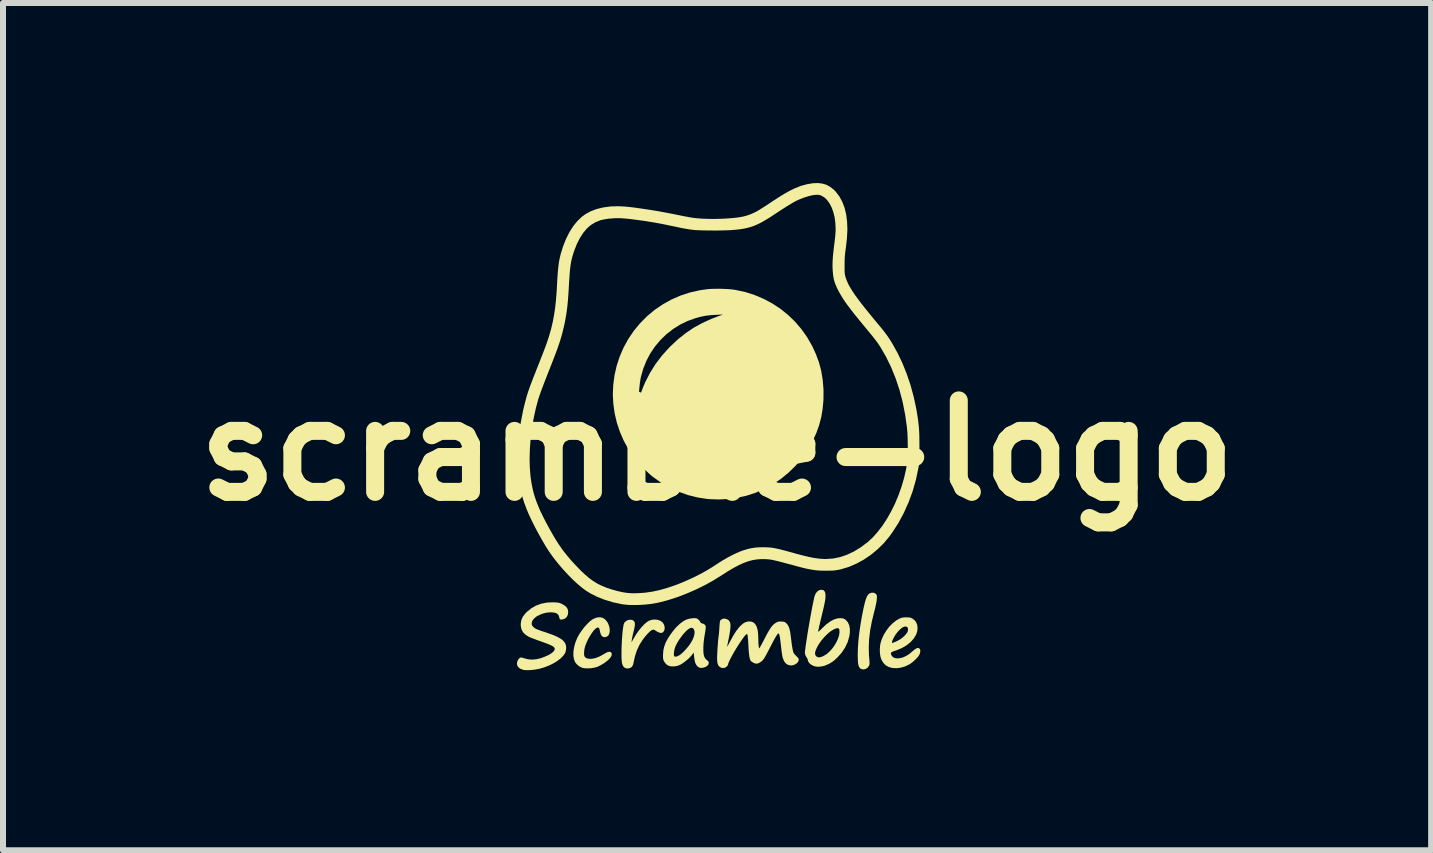
<source format=kicad_pcb>
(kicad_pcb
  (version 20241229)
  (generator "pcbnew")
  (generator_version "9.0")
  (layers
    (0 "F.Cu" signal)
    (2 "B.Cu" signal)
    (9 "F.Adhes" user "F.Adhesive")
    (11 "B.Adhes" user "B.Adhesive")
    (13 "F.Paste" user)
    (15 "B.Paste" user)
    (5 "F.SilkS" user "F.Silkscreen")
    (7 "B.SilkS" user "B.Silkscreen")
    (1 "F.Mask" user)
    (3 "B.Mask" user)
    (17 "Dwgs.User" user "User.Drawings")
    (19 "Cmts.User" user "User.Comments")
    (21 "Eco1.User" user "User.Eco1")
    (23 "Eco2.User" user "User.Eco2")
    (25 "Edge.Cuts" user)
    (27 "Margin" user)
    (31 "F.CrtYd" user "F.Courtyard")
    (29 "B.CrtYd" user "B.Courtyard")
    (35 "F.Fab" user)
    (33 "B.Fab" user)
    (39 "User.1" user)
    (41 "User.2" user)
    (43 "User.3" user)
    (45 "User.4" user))
  (footprint "scramble-logo"
    (layer "F.Cu")
    (at 8.897 4.456)
    (property "Reference" "scramble-logo" (at 0 0 0) (layer "F.SilkS") (effects (font (size 1.524 1.524) (thickness 0.3))))
    (attr board_only exclude_from_pos_files exclude_from_bom)
    (fp_poly (pts (xy 2.613 2.371) (xy 2.642 2.385) (xy 2.645 2.389) (xy 2.655 2.4) (xy 2.661 2.411) (xy 2.664 2.427) (xy 2.663 2.451) (xy 2.662 2.475) (xy 2.657 2.519) (xy 2.645 2.578) (xy 2.628 2.652) (xy 2.617 2.692) (xy 2.579 2.85) (xy 2.551 2.998) (xy 2.534 3.14) (xy 2.528 3.276) (xy 2.531 3.41) (xy 2.537 3.474) (xy 2.54 3.514) (xy 2.541 3.541) (xy 2.54 3.561) (xy 2.537 3.576) (xy 2.532 3.587) (xy 2.511 3.617) (xy 2.482 3.637) (xy 2.45 3.647) (xy 2.417 3.646) (xy 2.389 3.634) (xy 2.382 3.627) (xy 2.368 3.61) (xy 2.359 3.587) (xy 2.351 3.555) (xy 2.347 3.514) (xy 2.345 3.46) (xy 2.344 3.406) (xy 2.347 3.291) (xy 2.355 3.171) (xy 2.369 3.044) (xy 2.389 2.906) (xy 2.415 2.756) (xy 2.417 2.748) (xy 2.434 2.66) (xy 2.45 2.587) (xy 2.465 2.527) (xy 2.479 2.48) (xy 2.493 2.442) (xy 2.508 2.415) (xy 2.524 2.395) (xy 2.541 2.382) (xy 2.544 2.38) (xy 2.579 2.369)) (stroke (width 0) (type solid)) (fill yes) (layer "F.SilkS"))
    (fp_poly (pts (xy -0.989 2.821) (xy -0.945 2.837) (xy -0.91 2.861) (xy -0.907 2.865) (xy -0.884 2.9) (xy -0.873 2.94) (xy -0.874 2.98) (xy -0.884 3.007) (xy -0.903 3.031) (xy -0.93 3.04) (xy -0.962 3.035) (xy -1 3.017) (xy -1.007 3.012) (xy -1.031 2.997) (xy -1.051 2.987) (xy -1.061 2.984) (xy -1.085 2.991) (xy -1.115 3.012) (xy -1.151 3.047) (xy -1.193 3.094) (xy -1.235 3.148) (xy -1.291 3.235) (xy -1.337 3.333) (xy -1.37 3.437) (xy -1.38 3.485) (xy -1.388 3.52) (xy -1.395 3.553) (xy -1.402 3.576) (xy -1.404 3.581) (xy -1.423 3.608) (xy -1.451 3.625) (xy -1.484 3.632) (xy -1.517 3.629) (xy -1.546 3.615) (xy -1.552 3.61) (xy -1.572 3.58) (xy -1.583 3.545) (xy -1.588 3.512) (xy -1.591 3.468) (xy -1.592 3.415) (xy -1.592 3.355) (xy -1.591 3.29) (xy -1.588 3.223) (xy -1.585 3.156) (xy -1.58 3.091) (xy -1.575 3.03) (xy -1.569 2.976) (xy -1.562 2.93) (xy -1.555 2.896) (xy -1.547 2.875) (xy -1.546 2.872) (xy -1.515 2.841) (xy -1.482 2.824) (xy -1.448 2.82) (xy -1.419 2.822) (xy -1.399 2.831) (xy -1.389 2.839) (xy -1.376 2.855) (xy -1.37 2.875) (xy -1.369 2.903) (xy -1.373 2.939) (xy -1.383 2.987) (xy -1.391 3.018) (xy -1.401 3.059) (xy -1.41 3.1) (xy -1.417 3.134) (xy -1.42 3.152) (xy -1.425 3.196) (xy -1.392 3.137) (xy -1.349 3.064) (xy -1.302 2.998) (xy -1.255 2.94) (xy -1.208 2.891) (xy -1.163 2.854) (xy -1.133 2.836) (xy -1.087 2.82) (xy -1.038 2.816)) (stroke (width 0) (type solid)) (fill yes) (layer "F.SilkS"))
    (fp_poly (pts (xy -1.903 2.789) (xy -1.864 2.815) (xy -1.83 2.856) (xy -1.816 2.881) (xy -1.798 2.926) (xy -1.789 2.972) (xy -1.788 3.015) (xy -1.796 3.053) (xy -1.811 3.083) (xy -1.827 3.096) (xy -1.861 3.11) (xy -1.892 3.108) (xy -1.914 3.096) (xy -1.928 3.081) (xy -1.939 3.056) (xy -1.95 3.019) (xy -1.956 2.987) (xy -1.965 2.96) (xy -1.978 2.949) (xy -1.999 2.952) (xy -2.007 2.956) (xy -2.031 2.974) (xy -2.059 3.004) (xy -2.088 3.044) (xy -2.118 3.091) (xy -2.147 3.142) (xy -2.172 3.195) (xy -2.192 3.245) (xy -2.199 3.267) (xy -2.209 3.306) (xy -2.214 3.348) (xy -2.216 3.386) (xy -2.213 3.417) (xy -2.208 3.432) (xy -2.187 3.454) (xy -2.156 3.467) (xy -2.116 3.472) (xy -2.07 3.468) (xy -2.019 3.456) (xy -1.967 3.436) (xy -1.915 3.409) (xy -1.901 3.401) (xy -1.857 3.375) (xy -1.823 3.359) (xy -1.795 3.354) (xy -1.78 3.355) (xy -1.762 3.367) (xy -1.754 3.388) (xy -1.757 3.416) (xy -1.76 3.424) (xy -1.777 3.452) (xy -1.807 3.484) (xy -1.846 3.517) (xy -1.89 3.549) (xy -1.938 3.577) (xy -1.986 3.601) (xy -1.998 3.606) (xy -2.042 3.618) (xy -2.094 3.627) (xy -2.148 3.63) (xy -2.198 3.629) (xy -2.24 3.622) (xy -2.248 3.62) (xy -2.288 3.601) (xy -2.325 3.573) (xy -2.356 3.539) (xy -2.368 3.519) (xy -2.386 3.469) (xy -2.394 3.409) (xy -2.392 3.342) (xy -2.38 3.271) (xy -2.36 3.198) (xy -2.33 3.125) (xy -2.324 3.111) (xy -2.292 3.055) (xy -2.253 2.998) (xy -2.211 2.943) (xy -2.166 2.893) (xy -2.123 2.85) (xy -2.081 2.818) (xy -2.053 2.802) (xy -1.998 2.782) (xy -1.948 2.778)) (stroke (width 0) (type solid)) (fill yes) (layer "F.SilkS"))
    (fp_poly (pts (xy 3.187 2.781) (xy 3.212 2.783) (xy 3.232 2.789) (xy 3.252 2.799) (xy 3.258 2.802) (xy 3.297 2.834) (xy 3.318 2.862) (xy 3.335 2.906) (xy 3.341 2.957) (xy 3.336 3.01) (xy 3.32 3.061) (xy 3.319 3.064) (xy 3.279 3.131) (xy 3.225 3.192) (xy 3.158 3.246) (xy 3.079 3.292) (xy 2.99 3.329) (xy 2.968 3.336) (xy 2.931 3.349) (xy 2.908 3.361) (xy 2.897 3.374) (xy 2.898 3.391) (xy 2.907 3.414) (xy 2.908 3.415) (xy 2.928 3.441) (xy 2.956 3.457) (xy 2.996 3.463) (xy 3.024 3.463) (xy 3.084 3.452) (xy 3.146 3.426) (xy 3.209 3.386) (xy 3.253 3.348) (xy 3.291 3.317) (xy 3.32 3.298) (xy 3.344 3.29) (xy 3.364 3.294) (xy 3.372 3.299) (xy 3.384 3.317) (xy 3.387 3.344) (xy 3.381 3.377) (xy 3.37 3.404) (xy 3.351 3.433) (xy 3.321 3.467) (xy 3.285 3.502) (xy 3.247 3.534) (xy 3.209 3.561) (xy 3.206 3.562) (xy 3.14 3.595) (xy 3.068 3.617) (xy 2.995 3.627) (xy 2.925 3.624) (xy 2.924 3.624) (xy 2.863 3.608) (xy 2.812 3.58) (xy 2.771 3.539) (xy 2.74 3.486) (xy 2.723 3.437) (xy 2.714 3.378) (xy 2.712 3.314) (xy 2.717 3.25) (xy 2.723 3.214) (xy 2.728 3.197) (xy 2.913 3.197) (xy 2.917 3.204) (xy 2.93 3.204) (xy 2.953 3.195) (xy 2.989 3.18) (xy 3.007 3.171) (xy 3.046 3.15) (xy 3.085 3.122) (xy 3.121 3.09) (xy 3.15 3.058) (xy 3.171 3.028) (xy 3.18 3.006) (xy 3.182 2.971) (xy 3.173 2.946) (xy 3.154 2.934) (xy 3.126 2.933) (xy 3.114 2.937) (xy 3.082 2.953) (xy 3.048 2.982) (xy 3.012 3.019) (xy 2.978 3.063) (xy 2.949 3.109) (xy 2.926 3.156) (xy 2.925 3.158) (xy 2.917 3.182) (xy 2.913 3.197) (xy 2.728 3.197) (xy 2.746 3.141) (xy 2.779 3.068) (xy 2.822 2.998) (xy 2.872 2.933) (xy 2.928 2.877) (xy 2.986 2.831) (xy 3.031 2.805) (xy 3.061 2.792) (xy 3.086 2.785) (xy 3.113 2.781) (xy 3.15 2.78) (xy 3.152 2.78)) (stroke (width 0) (type solid)) (fill yes) (layer "F.SilkS"))
    (fp_poly (pts (xy -0.352 2.795) (xy -0.335 2.8) (xy -0.322 2.807) (xy -0.3 2.826) (xy -0.283 2.85) (xy -0.282 2.852) (xy -0.27 2.871) (xy -0.256 2.88) (xy -0.255 2.88) (xy -0.226 2.887) (xy -0.202 2.904) (xy -0.192 2.92) (xy -0.189 2.932) (xy -0.188 2.948) (xy -0.19 2.972) (xy -0.195 3.006) (xy -0.202 3.052) (xy -0.205 3.065) (xy -0.217 3.144) (xy -0.225 3.218) (xy -0.228 3.287) (xy -0.228 3.348) (xy -0.223 3.398) (xy -0.213 3.435) (xy -0.211 3.441) (xy -0.191 3.473) (xy -0.169 3.492) (xy -0.146 3.511) (xy -0.137 3.536) (xy -0.143 3.564) (xy -0.145 3.567) (xy -0.165 3.59) (xy -0.196 3.608) (xy -0.231 3.619) (xy -0.266 3.623) (xy -0.296 3.617) (xy -0.3 3.615) (xy -0.328 3.595) (xy -0.349 3.568) (xy -0.365 3.532) (xy -0.375 3.486) (xy -0.382 3.434) (xy -0.388 3.367) (xy -0.42 3.409) (xy -0.455 3.448) (xy -0.499 3.489) (xy -0.547 3.527) (xy -0.593 3.558) (xy -0.614 3.57) (xy -0.655 3.587) (xy -0.695 3.595) (xy -0.722 3.598) (xy -0.774 3.596) (xy -0.816 3.583) (xy -0.85 3.558) (xy -0.876 3.524) (xy -0.887 3.505) (xy -0.894 3.489) (xy -0.898 3.47) (xy -0.9 3.444) (xy -0.9 3.408) (xy -0.9 3.405) (xy -0.898 3.376) (xy -0.719 3.376) (xy -0.719 3.406) (xy -0.714 3.426) (xy -0.712 3.428) (xy -0.696 3.436) (xy -0.671 3.432) (xy -0.636 3.416) (xy -0.628 3.412) (xy -0.602 3.393) (xy -0.57 3.365) (xy -0.536 3.33) (xy -0.501 3.291) (xy -0.469 3.252) (xy -0.444 3.216) (xy -0.411 3.16) (xy -0.388 3.107) (xy -0.376 3.058) (xy -0.374 3.017) (xy -0.383 2.985) (xy -0.393 2.971) (xy -0.408 2.957) (xy -0.424 2.953) (xy -0.444 2.958) (xy -0.463 2.967) (xy -0.492 2.987) (xy -0.526 3.019) (xy -0.562 3.059) (xy -0.598 3.106) (xy -0.633 3.155) (xy -0.663 3.204) (xy -0.687 3.251) (xy -0.693 3.265) (xy -0.706 3.302) (xy -0.714 3.34) (xy -0.719 3.376) (xy -0.898 3.376) (xy -0.895 3.334) (xy -0.881 3.269) (xy -0.857 3.203) (xy -0.843 3.175) (xy -0.817 3.129) (xy -0.783 3.076) (xy -0.745 3.023) (xy -0.706 2.974) (xy -0.674 2.939) (xy -0.618 2.886) (xy -0.565 2.846) (xy -0.513 2.818) (xy -0.46 2.802) (xy -0.408 2.795) (xy -0.375 2.793)) (stroke (width 0) (type solid)) (fill yes) (layer "F.SilkS"))
    (fp_poly (pts (xy 1.778 2.33) (xy 1.795 2.352) (xy 1.797 2.356) (xy 1.804 2.379) (xy 1.807 2.407) (xy 1.807 2.441) (xy 1.803 2.483) (xy 1.794 2.534) (xy 1.781 2.596) (xy 1.764 2.671) (xy 1.752 2.72) (xy 1.74 2.77) (xy 1.727 2.822) (xy 1.716 2.87) (xy 1.707 2.91) (xy 1.704 2.92) (xy 1.697 2.955) (xy 1.69 2.986) (xy 1.685 3.008) (xy 1.684 3.015) (xy 1.685 3.019) (xy 1.696 3.013) (xy 1.715 2.997) (xy 1.744 2.969) (xy 1.75 2.963) (xy 1.818 2.899) (xy 1.883 2.85) (xy 1.944 2.817) (xy 2.002 2.798) (xy 2.058 2.793) (xy 2.061 2.794) (xy 2.093 2.797) (xy 2.116 2.804) (xy 2.137 2.817) (xy 2.142 2.821) (xy 2.178 2.86) (xy 2.202 2.91) (xy 2.213 2.969) (xy 2.213 3.037) (xy 2.204 3.096) (xy 2.177 3.191) (xy 2.135 3.281) (xy 2.078 3.367) (xy 2.006 3.448) (xy 1.956 3.494) (xy 1.921 3.521) (xy 1.879 3.547) (xy 1.834 3.569) (xy 1.792 3.586) (xy 1.757 3.595) (xy 1.754 3.596) (xy 1.727 3.599) (xy 1.703 3.602) (xy 1.696 3.603) (xy 1.675 3.603) (xy 1.649 3.6) (xy 1.641 3.599) (xy 1.6 3.586) (xy 1.563 3.565) (xy 1.534 3.539) (xy 1.516 3.509) (xy 1.512 3.487) (xy 1.508 3.474) (xy 1.497 3.454) (xy 1.488 3.441) (xy 1.469 3.403) (xy 1.464 3.375) (xy 1.464 3.368) (xy 1.633 3.368) (xy 1.634 3.397) (xy 1.645 3.421) (xy 1.652 3.428) (xy 1.675 3.443) (xy 1.703 3.447) (xy 1.738 3.439) (xy 1.772 3.425) (xy 1.821 3.396) (xy 1.869 3.355) (xy 1.914 3.307) (xy 1.954 3.253) (xy 1.988 3.195) (xy 2.015 3.137) (xy 2.033 3.08) (xy 2.041 3.027) (xy 2.037 2.981) (xy 2.037 2.981) (xy 2.027 2.965) (xy 2.008 2.96) (xy 1.979 2.966) (xy 1.939 2.984) (xy 1.89 3.014) (xy 1.838 3.057) (xy 1.787 3.109) (xy 1.738 3.166) (xy 1.695 3.228) (xy 1.664 3.283) (xy 1.643 3.33) (xy 1.633 3.368) (xy 1.464 3.368) (xy 1.465 3.35) (xy 1.47 3.311) (xy 1.476 3.26) (xy 1.485 3.199) (xy 1.496 3.131) (xy 1.507 3.056) (xy 1.52 2.978) (xy 1.534 2.897) (xy 1.548 2.816) (xy 1.562 2.738) (xy 1.576 2.663) (xy 1.589 2.593) (xy 1.602 2.531) (xy 1.613 2.479) (xy 1.622 2.439) (xy 1.628 2.418) (xy 1.646 2.378) (xy 1.672 2.347) (xy 1.703 2.327) (xy 1.716 2.323) (xy 1.752 2.321)) (stroke (width 0) (type solid)) (fill yes) (layer "F.SilkS"))
    (fp_poly (pts (xy -2.719 2.53) (xy -2.678 2.532) (xy -2.649 2.535) (xy -2.625 2.54) (xy -2.602 2.549) (xy -2.58 2.559) (xy -2.534 2.587) (xy -2.502 2.618) (xy -2.485 2.654) (xy -2.48 2.691) (xy -2.486 2.737) (xy -2.504 2.774) (xy -2.533 2.8) (xy -2.57 2.814) (xy -2.593 2.816) (xy -2.612 2.815) (xy -2.621 2.808) (xy -2.626 2.79) (xy -2.627 2.786) (xy -2.637 2.751) (xy -2.656 2.725) (xy -2.685 2.708) (xy -2.726 2.699) (xy -2.776 2.696) (xy -2.85 2.703) (xy -2.923 2.724) (xy -2.99 2.756) (xy -3.008 2.766) (xy -3.049 2.8) (xy -3.076 2.834) (xy -3.087 2.87) (xy -3.088 2.882) (xy -3.086 2.904) (xy -3.077 2.922) (xy -3.059 2.942) (xy -3.057 2.944) (xy -3.044 2.955) (xy -3.029 2.965) (xy -3.009 2.975) (xy -2.981 2.987) (xy -2.944 3) (xy -2.896 3.017) (xy -2.875 3.023) (xy -2.789 3.053) (xy -2.717 3.08) (xy -2.659 3.106) (xy -2.612 3.132) (xy -2.576 3.157) (xy -2.55 3.184) (xy -2.531 3.211) (xy -2.523 3.228) (xy -2.514 3.27) (xy -2.515 3.317) (xy -2.526 3.361) (xy -2.532 3.376) (xy -2.563 3.421) (xy -2.607 3.465) (xy -2.663 3.508) (xy -2.729 3.548) (xy -2.801 3.583) (xy -2.879 3.613) (xy -2.96 3.637) (xy -2.976 3.64) (xy -3.032 3.65) (xy -3.089 3.657) (xy -3.144 3.66) (xy -3.191 3.66) (xy -3.228 3.655) (xy -3.233 3.653) (xy -3.28 3.635) (xy -3.312 3.61) (xy -3.33 3.579) (xy -3.333 3.541) (xy -3.332 3.531) (xy -3.323 3.503) (xy -3.308 3.477) (xy -3.288 3.457) (xy -3.269 3.448) (xy -3.266 3.448) (xy -3.25 3.451) (xy -3.226 3.458) (xy -3.203 3.465) (xy -3.146 3.479) (xy -3.08 3.484) (xy -3.011 3.478) (xy -2.943 3.462) (xy -2.936 3.46) (xy -2.873 3.437) (xy -2.817 3.412) (xy -2.771 3.386) (xy -2.736 3.36) (xy -2.713 3.335) (xy -2.704 3.312) (xy -2.704 3.31) (xy -2.706 3.295) (xy -2.713 3.282) (xy -2.727 3.268) (xy -2.749 3.255) (xy -2.78 3.239) (xy -2.822 3.222) (xy -2.876 3.202) (xy -2.945 3.177) (xy -2.948 3.176) (xy -2.997 3.159) (xy -3.044 3.141) (xy -3.086 3.125) (xy -3.119 3.112) (xy -3.138 3.103) (xy -3.193 3.068) (xy -3.233 3.027) (xy -3.259 2.978) (xy -3.27 2.922) (xy -3.27 2.881) (xy -3.26 2.824) (xy -3.237 2.772) (xy -3.199 2.721) (xy -3.172 2.692) (xy -3.097 2.631) (xy -3.016 2.584) (xy -2.927 2.552) (xy -2.83 2.533) (xy -2.727 2.529)) (stroke (width 0) (type solid)) (fill yes) (layer "F.SilkS"))
    (fp_poly (pts (xy 0.101 -2.693) (xy 0.172 -2.69) (xy 0.237 -2.685) (xy 0.292 -2.678) (xy 0.304 -2.676) (xy 0.467 -2.641) (xy 0.625 -2.591) (xy 0.776 -2.527) (xy 0.92 -2.45) (xy 1.056 -2.361) (xy 1.183 -2.259) (xy 1.3 -2.146) (xy 1.406 -2.022) (xy 1.501 -1.888) (xy 1.583 -1.744) (xy 1.584 -1.744) (xy 1.648 -1.604) (xy 1.699 -1.466) (xy 1.736 -1.326) (xy 1.76 -1.181) (xy 1.773 -1.027) (xy 1.774 -0.999) (xy 1.773 -0.843) (xy 1.76 -0.696) (xy 1.736 -0.554) (xy 1.699 -0.415) (xy 1.655 -0.293) (xy 1.587 -0.144) (xy 1.506 -0.002) (xy 1.413 0.131) (xy 1.308 0.255) (xy 1.192 0.368) (xy 1.067 0.471) (xy 0.933 0.561) (xy 0.791 0.639) (xy 0.643 0.704) (xy 0.488 0.754) (xy 0.463 0.76) (xy 0.321 0.79) (xy 0.174 0.809) (xy 0.026 0.816) (xy -0.119 0.811) (xy -0.164 0.807) (xy -0.326 0.782) (xy -0.486 0.742) (xy -0.642 0.686) (xy -0.792 0.616) (xy -0.937 0.533) (xy -1.073 0.436) (xy -1.076 0.434) (xy -1.117 0.399) (xy -1.164 0.355) (xy -1.215 0.306) (xy -1.266 0.253) (xy -1.313 0.201) (xy -1.355 0.153) (xy -1.381 0.12) (xy -1.475 -0.018) (xy -1.554 -0.162) (xy -1.619 -0.312) (xy -1.67 -0.465) (xy -1.706 -0.62) (xy -1.728 -0.778) (xy -1.736 -0.925) (xy -1.302 -0.925) (xy -1.301 -0.903) (xy -1.3 -0.897) (xy -1.295 -0.898) (xy -1.286 -0.913) (xy -1.274 -0.943) (xy -1.265 -0.968) (xy -1.248 -1.013) (xy -1.228 -1.064) (xy -1.207 -1.114) (xy -1.195 -1.141) (xy -1.117 -1.293) (xy -1.025 -1.44) (xy -0.918 -1.581) (xy -0.798 -1.714) (xy -0.776 -1.736) (xy -0.651 -1.853) (xy -0.523 -1.955) (xy -0.39 -2.045) (xy -0.248 -2.123) (xy -0.097 -2.192) (xy 0.012 -2.234) (xy 0.1 -2.265) (xy -0.012 -2.261) (xy -0.108 -2.255) (xy -0.195 -2.244) (xy -0.28 -2.227) (xy -0.35 -2.208) (xy -0.485 -2.16) (xy -0.612 -2.099) (xy -0.731 -2.025) (xy -0.842 -1.939) (xy -0.942 -1.842) (xy -1.032 -1.735) (xy -1.111 -1.619) (xy -1.177 -1.494) (xy -1.23 -1.362) (xy -1.269 -1.224) (xy -1.271 -1.214) (xy -1.277 -1.18) (xy -1.284 -1.139) (xy -1.289 -1.093) (xy -1.294 -1.045) (xy -1.298 -0.999) (xy -1.301 -0.958) (xy -1.302 -0.925) (xy -1.736 -0.925) (xy -1.736 -0.937) (xy -1.729 -1.096) (xy -1.708 -1.254) (xy -1.673 -1.409) (xy -1.623 -1.562) (xy -1.559 -1.711) (xy -1.481 -1.854) (xy -1.389 -1.991) (xy -1.283 -2.119) (xy -1.167 -2.237) (xy -1.041 -2.342) (xy -0.905 -2.434) (xy -0.762 -2.514) (xy -0.612 -2.58) (xy -0.455 -2.632) (xy -0.292 -2.669) (xy -0.161 -2.688) (xy -0.108 -2.692) (xy -0.044 -2.694) (xy 0.027 -2.695)) (stroke (width 0) (type solid)) (fill yes) (layer "F.SilkS"))
    (fp_poly (pts (xy 0.163 2.809) (xy 0.192 2.827) (xy 0.212 2.853) (xy 0.22 2.878) (xy 0.224 2.909) (xy 0.223 2.949) (xy 0.218 2.999) (xy 0.208 3.062) (xy 0.197 3.122) (xy 0.187 3.168) (xy 0.179 3.208) (xy 0.173 3.24) (xy 0.169 3.262) (xy 0.168 3.27) (xy 0.172 3.265) (xy 0.181 3.249) (xy 0.195 3.223) (xy 0.213 3.189) (xy 0.223 3.171) (xy 0.27 3.085) (xy 0.315 3.014) (xy 0.36 2.955) (xy 0.393 2.919) (xy 0.435 2.882) (xy 0.476 2.859) (xy 0.52 2.849) (xy 0.538 2.848) (xy 0.58 2.853) (xy 0.614 2.87) (xy 0.641 2.899) (xy 0.662 2.94) (xy 0.677 2.995) (xy 0.685 3.063) (xy 0.688 3.145) (xy 0.689 3.194) (xy 0.691 3.235) (xy 0.695 3.268) (xy 0.699 3.289) (xy 0.704 3.296) (xy 0.709 3.289) (xy 0.72 3.27) (xy 0.737 3.241) (xy 0.756 3.204) (xy 0.779 3.161) (xy 0.787 3.145) (xy 0.823 3.075) (xy 0.854 3.019) (xy 0.882 2.973) (xy 0.906 2.938) (xy 0.929 2.911) (xy 0.952 2.89) (xy 0.976 2.873) (xy 0.978 2.872) (xy 1.003 2.858) (xy 1.024 2.851) (xy 1.048 2.849) (xy 1.074 2.85) (xy 1.105 2.852) (xy 1.125 2.857) (xy 1.141 2.866) (xy 1.152 2.876) (xy 1.171 2.897) (xy 1.187 2.92) (xy 1.199 2.95) (xy 1.21 2.986) (xy 1.22 3.033) (xy 1.228 3.091) (xy 1.236 3.152) (xy 1.241 3.199) (xy 1.248 3.246) (xy 1.255 3.288) (xy 1.261 3.32) (xy 1.261 3.32) (xy 1.268 3.352) (xy 1.277 3.374) (xy 1.289 3.392) (xy 1.309 3.413) (xy 1.318 3.422) (xy 1.344 3.448) (xy 1.358 3.468) (xy 1.362 3.484) (xy 1.355 3.513) (xy 1.335 3.54) (xy 1.305 3.562) (xy 1.27 3.576) (xy 1.233 3.582) (xy 1.222 3.581) (xy 1.179 3.57) (xy 1.145 3.547) (xy 1.118 3.512) (xy 1.097 3.462) (xy 1.092 3.444) (xy 1.087 3.42) (xy 1.081 3.384) (xy 1.075 3.34) (xy 1.069 3.29) (xy 1.064 3.244) (xy 1.056 3.178) (xy 1.05 3.127) (xy 1.043 3.09) (xy 1.037 3.065) (xy 1.03 3.051) (xy 1.024 3.048) (xy 1.015 3.052) (xy 1.003 3.066) (xy 0.987 3.09) (xy 0.966 3.125) (xy 0.94 3.172) (xy 0.909 3.232) (xy 0.889 3.27) (xy 0.863 3.321) (xy 0.837 3.37) (xy 0.814 3.413) (xy 0.794 3.448) (xy 0.778 3.473) (xy 0.772 3.482) (xy 0.745 3.51) (xy 0.713 3.533) (xy 0.68 3.548) (xy 0.656 3.552) (xy 0.63 3.547) (xy 0.601 3.534) (xy 0.574 3.516) (xy 0.557 3.498) (xy 0.556 3.496) (xy 0.548 3.474) (xy 0.54 3.442) (xy 0.534 3.398) (xy 0.528 3.341) (xy 0.524 3.271) (xy 0.521 3.217) (xy 0.518 3.168) (xy 0.514 3.125) (xy 0.511 3.092) (xy 0.507 3.07) (xy 0.505 3.062) (xy 0.497 3.059) (xy 0.485 3.065) (xy 0.469 3.08) (xy 0.448 3.106) (xy 0.421 3.144) (xy 0.386 3.194) (xy 0.38 3.204) (xy 0.343 3.261) (xy 0.307 3.319) (xy 0.274 3.375) (xy 0.245 3.428) (xy 0.22 3.475) (xy 0.201 3.515) (xy 0.188 3.546) (xy 0.184 3.565) (xy 0.184 3.566) (xy 0.179 3.578) (xy 0.165 3.595) (xy 0.161 3.601) (xy 0.131 3.62) (xy 0.097 3.625) (xy 0.063 3.617) (xy 0.04 3.602) (xy 0.026 3.587) (xy 0.015 3.568) (xy 0.008 3.544) (xy 0.003 3.513) (xy 0.001 3.472) (xy 0.002 3.421) (xy 0.005 3.356) (xy 0.006 3.326) (xy 0.01 3.273) (xy 0.014 3.221) (xy 0.017 3.175) (xy 0.021 3.138) (xy 0.024 3.113) (xy 0.024 3.112) (xy 0.028 3.084) (xy 0.032 3.045) (xy 0.036 3) (xy 0.039 2.954) (xy 0.039 2.949) (xy 0.042 2.904) (xy 0.045 2.873) (xy 0.048 2.852) (xy 0.052 2.838) (xy 0.057 2.828) (xy 0.065 2.82) (xy 0.067 2.819) (xy 0.096 2.803) (xy 0.129 2.801)) (stroke (width 0) (type solid)) (fill yes) (layer "F.SilkS"))
    (fp_poly (pts (xy 1.756 -4.447) (xy 1.825 -4.426) (xy 1.888 -4.391) (xy 1.947 -4.344) (xy 1.976 -4.314) (xy 2.037 -4.235) (xy 2.086 -4.145) (xy 2.125 -4.044) (xy 2.152 -3.932) (xy 2.167 -3.809) (xy 2.172 -3.676) (xy 2.164 -3.533) (xy 2.148 -3.392) (xy 2.139 -3.326) (xy 2.132 -3.27) (xy 2.128 -3.218) (xy 2.126 -3.165) (xy 2.125 -3.105) (xy 2.125 -3.088) (xy 2.125 -3.033) (xy 2.125 -2.992) (xy 2.127 -2.96) (xy 2.13 -2.934) (xy 2.134 -2.913) (xy 2.14 -2.891) (xy 2.142 -2.884) (xy 2.157 -2.842) (xy 2.175 -2.799) (xy 2.197 -2.753) (xy 2.225 -2.705) (xy 2.258 -2.652) (xy 2.297 -2.593) (xy 2.344 -2.529) (xy 2.398 -2.457) (xy 2.461 -2.377) (xy 2.533 -2.288) (xy 2.614 -2.189) (xy 2.668 -2.124) (xy 2.718 -2.064) (xy 2.759 -2.014) (xy 2.793 -1.971) (xy 2.822 -1.931) (xy 2.849 -1.894) (xy 2.875 -1.855) (xy 2.902 -1.812) (xy 2.916 -1.789) (xy 3.005 -1.63) (xy 3.087 -1.46) (xy 3.159 -1.28) (xy 3.223 -1.092) (xy 3.276 -0.898) (xy 3.318 -0.702) (xy 3.328 -0.647) (xy 3.34 -0.572) (xy 3.35 -0.506) (xy 3.357 -0.445) (xy 3.363 -0.387) (xy 3.367 -0.328) (xy 3.37 -0.265) (xy 3.371 -0.193) (xy 3.372 -0.111) (xy 3.372 -0.06) (xy 3.372 0.014) (xy 3.371 0.074) (xy 3.37 0.123) (xy 3.369 0.163) (xy 3.367 0.197) (xy 3.364 0.227) (xy 3.36 0.256) (xy 3.356 0.286) (xy 3.353 0.3) (xy 3.313 0.491) (xy 3.259 0.679) (xy 3.192 0.862) (xy 3.113 1.038) (xy 3.023 1.206) (xy 2.922 1.363) (xy 2.87 1.435) (xy 2.778 1.545) (xy 2.675 1.646) (xy 2.565 1.737) (xy 2.447 1.817) (xy 2.325 1.884) (xy 2.2 1.938) (xy 2.073 1.977) (xy 2.038 1.985) (xy 2.001 1.992) (xy 1.965 1.997) (xy 1.926 2.001) (xy 1.88 2.002) (xy 1.823 2.003) (xy 1.816 2.003) (xy 1.747 2.002) (xy 1.683 1.999) (xy 1.621 1.992) (xy 1.556 1.982) (xy 1.487 1.968) (xy 1.409 1.949) (xy 1.326 1.927) (xy 1.234 1.902) (xy 1.157 1.882) (xy 1.092 1.864) (xy 1.037 1.85) (xy 0.992 1.839) (xy 0.954 1.83) (xy 0.922 1.823) (xy 0.894 1.818) (xy 0.87 1.815) (xy 0.846 1.813) (xy 0.823 1.811) (xy 0.8 1.81) (xy 0.727 1.81) (xy 0.655 1.816) (xy 0.585 1.828) (xy 0.513 1.848) (xy 0.438 1.876) (xy 0.359 1.912) (xy 0.273 1.958) (xy 0.18 2.013) (xy 0.077 2.079) (xy 0.066 2.086) (xy -0.063 2.166) (xy -0.202 2.243) (xy -0.347 2.314) (xy -0.495 2.379) (xy -0.644 2.437) (xy -0.79 2.485) (xy -0.931 2.524) (xy -1.004 2.54) (xy -1.096 2.556) (xy -1.193 2.567) (xy -1.291 2.573) (xy -1.388 2.575) (xy -1.478 2.573) (xy -1.558 2.565) (xy -1.588 2.56) (xy -1.733 2.529) (xy -1.87 2.488) (xy -1.997 2.438) (xy -2.112 2.38) (xy -2.181 2.337) (xy -2.249 2.287) (xy -2.323 2.225) (xy -2.401 2.153) (xy -2.48 2.073) (xy -2.559 1.988) (xy -2.635 1.9) (xy -2.707 1.81) (xy -2.773 1.721) (xy -2.811 1.665) (xy -2.857 1.592) (xy -2.906 1.508) (xy -2.957 1.418) (xy -3.008 1.325) (xy -3.056 1.231) (xy -3.101 1.14) (xy -3.14 1.056) (xy -3.171 0.981) (xy -3.172 0.98) (xy -3.212 0.872) (xy -3.245 0.769) (xy -3.271 0.665) (xy -3.291 0.559) (xy -3.305 0.447) (xy -3.314 0.326) (xy -3.318 0.214) (xy -3.317 0.126) (xy -3.123 0.126) (xy -3.12 0.281) (xy -3.108 0.427) (xy -3.096 0.516) (xy -3.081 0.598) (xy -3.064 0.677) (xy -3.042 0.755) (xy -3.016 0.833) (xy -2.985 0.913) (xy -2.949 0.998) (xy -2.905 1.089) (xy -2.855 1.188) (xy -2.796 1.297) (xy -2.754 1.372) (xy -2.692 1.478) (xy -2.631 1.573) (xy -2.569 1.662) (xy -2.501 1.748) (xy -2.427 1.835) (xy -2.356 1.912) (xy -2.276 1.995) (xy -2.202 2.065) (xy -2.132 2.125) (xy -2.063 2.175) (xy -1.994 2.218) (xy -1.921 2.254) (xy -1.843 2.286) (xy -1.758 2.314) (xy -1.724 2.324) (xy -1.646 2.345) (xy -1.578 2.36) (xy -1.514 2.371) (xy -1.452 2.377) (xy -1.387 2.379) (xy -1.316 2.377) (xy -1.235 2.372) (xy -1.19 2.368) (xy -1.074 2.351) (xy -0.949 2.324) (xy -0.815 2.285) (xy -0.675 2.237) (xy -0.53 2.178) (xy -0.396 2.117) (xy -0.316 2.077) (xy -0.241 2.038) (xy -0.168 1.996) (xy -0.091 1.95) (xy -0.008 1.896) (xy 0.016 1.88) (xy 0.093 1.832) (xy 0.172 1.786) (xy 0.251 1.744) (xy 0.326 1.708) (xy 0.394 1.679) (xy 0.436 1.664) (xy 0.506 1.643) (xy 0.567 1.629) (xy 0.626 1.619) (xy 0.687 1.614) (xy 0.758 1.612) (xy 0.768 1.612) (xy 0.816 1.613) (xy 0.861 1.615) (xy 0.903 1.618) (xy 0.946 1.625) (xy 0.993 1.634) (xy 1.046 1.646) (xy 1.109 1.662) (xy 1.183 1.682) (xy 1.206 1.689) (xy 1.311 1.718) (xy 1.402 1.742) (xy 1.483 1.762) (xy 1.553 1.778) (xy 1.615 1.79) (xy 1.672 1.798) (xy 1.723 1.804) (xy 1.773 1.807) (xy 1.814 1.808) (xy 1.931 1.8) (xy 2.047 1.777) (xy 2.163 1.738) (xy 2.278 1.684) (xy 2.393 1.614) (xy 2.508 1.528) (xy 2.509 1.527) (xy 2.594 1.449) (xy 2.676 1.357) (xy 2.756 1.253) (xy 2.831 1.138) (xy 2.901 1.014) (xy 2.966 0.883) (xy 3.023 0.746) (xy 3.073 0.605) (xy 3.115 0.463) (xy 3.148 0.32) (xy 3.165 0.212) (xy 3.171 0.161) (xy 3.175 0.096) (xy 3.177 0.023) (xy 3.178 -0.056) (xy 3.177 -0.137) (xy 3.175 -0.217) (xy 3.172 -0.292) (xy 3.166 -0.359) (xy 3.165 -0.376) (xy 3.135 -0.592) (xy 3.094 -0.802) (xy 3.041 -1.005) (xy 2.976 -1.201) (xy 2.901 -1.387) (xy 2.815 -1.563) (xy 2.719 -1.728) (xy 2.714 -1.736) (xy 2.698 -1.76) (xy 2.683 -1.782) (xy 2.667 -1.805) (xy 2.649 -1.829) (xy 2.627 -1.857) (xy 2.602 -1.89) (xy 2.57 -1.929) (xy 2.532 -1.975) (xy 2.486 -2.031) (xy 2.432 -2.096) (xy 2.354 -2.191) (xy 2.286 -2.275) (xy 2.227 -2.351) (xy 2.176 -2.419) (xy 2.131 -2.481) (xy 2.093 -2.539) (xy 2.06 -2.594) (xy 2.03 -2.646) (xy 2.003 -2.699) (xy 1.999 -2.707) (xy 1.974 -2.764) (xy 1.956 -2.815) (xy 1.943 -2.866) (xy 1.934 -2.923) (xy 1.928 -2.99) (xy 1.927 -2.992) (xy 1.924 -3.063) (xy 1.925 -3.141) (xy 1.93 -3.227) (xy 1.94 -3.325) (xy 1.953 -3.435) (xy 1.956 -3.455) (xy 1.963 -3.516) (xy 1.97 -3.577) (xy 1.974 -3.634) (xy 1.976 -3.681) (xy 1.976 -3.691) (xy 1.971 -3.791) (xy 1.959 -3.885) (xy 1.938 -3.971) (xy 1.91 -4.048) (xy 1.875 -4.116) (xy 1.835 -4.172) (xy 1.789 -4.216) (xy 1.737 -4.247) (xy 1.708 -4.257) (xy 1.671 -4.261) (xy 1.623 -4.258) (xy 1.566 -4.248) (xy 1.503 -4.231) (xy 1.436 -4.209) (xy 1.368 -4.182) (xy 1.31 -4.155) (xy 1.28 -4.139) (xy 1.24 -4.115) (xy 1.192 -4.086) (xy 1.139 -4.053) (xy 1.084 -4.018) (xy 1.034 -3.985) (xy 0.95 -3.93) (xy 0.877 -3.882) (xy 0.813 -3.843) (xy 0.756 -3.81) (xy 0.705 -3.783) (xy 0.658 -3.761) (xy 0.614 -3.742) (xy 0.569 -3.727) (xy 0.536 -3.717) (xy 0.471 -3.701) (xy 0.396 -3.688) (xy 0.311 -3.678) (xy 0.214 -3.671) (xy 0.104 -3.667) (xy -0.02 -3.665) (xy -0.14 -3.666) (xy -0.205 -3.667) (xy -0.261 -3.668) (xy -0.31 -3.67) (xy -0.354 -3.672) (xy -0.396 -3.676) (xy -0.437 -3.681) (xy -0.481 -3.687) (xy -0.53 -3.696) (xy -0.586 -3.706) (xy -0.651 -3.72) (xy -0.728 -3.736) (xy -0.782 -3.747) (xy -0.922 -3.776) (xy -1.059 -3.801) (xy -1.197 -3.823) (xy -1.341 -3.843) (xy -1.477 -3.86) (xy -1.595 -3.87) (xy -1.707 -3.87) (xy -1.811 -3.862) (xy -1.905 -3.846) (xy -1.944 -3.836) (xy -2.024 -3.804) (xy -2.098 -3.76) (xy -2.166 -3.702) (xy -2.227 -3.63) (xy -2.283 -3.544) (xy -2.334 -3.444) (xy -2.373 -3.346) (xy -2.392 -3.292) (xy -2.407 -3.241) (xy -2.421 -3.191) (xy -2.432 -3.139) (xy -2.441 -3.083) (xy -2.449 -3.021) (xy -2.455 -2.949) (xy -2.461 -2.867) (xy -2.467 -2.772) (xy -2.468 -2.752) (xy -2.475 -2.629) (xy -2.483 -2.519) (xy -2.492 -2.42) (xy -2.503 -2.329) (xy -2.516 -2.244) (xy -2.531 -2.161) (xy -2.548 -2.078) (xy -2.569 -1.993) (xy -2.572 -1.979) (xy -2.585 -1.929) (xy -2.599 -1.88) (xy -2.614 -1.83) (xy -2.632 -1.777) (xy -2.651 -1.72) (xy -2.674 -1.657) (xy -2.701 -1.586) (xy -2.732 -1.505) (xy -2.768 -1.413) (xy -2.808 -1.312) (xy -2.837 -1.238) (xy -2.866 -1.164) (xy -2.893 -1.093) (xy -2.918 -1.027) (xy -2.94 -0.968) (xy -2.957 -0.918) (xy -2.97 -0.88) (xy -2.976 -0.864) (xy -3.019 -0.704) (xy -3.055 -0.539) (xy -3.084 -0.371) (xy -3.105 -0.203) (xy -3.118 -0.036) (xy -3.123 0.126) (xy -3.317 0.126) (xy -3.316 -0.013) (xy -3.301 -0.236) (xy -3.272 -0.457) (xy -3.229 -0.679) (xy -3.2 -0.796) (xy -3.187 -0.845) (xy -3.175 -0.891) (xy -3.161 -0.936) (xy -3.147 -0.981) (xy -3.13 -1.03) (xy -3.111 -1.083) (xy -3.088 -1.143) (xy -3.062 -1.212) (xy -3.03 -1.291) (xy -2.994 -1.384) (xy -2.991 -1.391) (xy -2.963 -1.461) (xy -2.936 -1.531) (xy -2.91 -1.597) (xy -2.886 -1.659) (xy -2.865 -1.713) (xy -2.849 -1.757) (xy -2.837 -1.789) (xy -2.837 -1.791) (xy -2.797 -1.912) (xy -2.764 -2.028) (xy -2.737 -2.143) (xy -2.715 -2.261) (xy -2.697 -2.383) (xy -2.683 -2.513) (xy -2.672 -2.655) (xy -2.668 -2.724) (xy -2.663 -2.82) (xy -2.658 -2.903) (xy -2.653 -2.973) (xy -2.647 -3.034) (xy -2.641 -3.087) (xy -2.635 -3.134) (xy -2.627 -3.177) (xy -2.618 -3.219) (xy -2.608 -3.261) (xy -2.603 -3.28) (xy -2.562 -3.41) (xy -2.514 -3.53) (xy -2.459 -3.639) (xy -2.397 -3.736) (xy -2.33 -3.82) (xy -2.256 -3.891) (xy -2.197 -3.935) (xy -2.107 -3.985) (xy -2.006 -4.023) (xy -1.895 -4.05) (xy -1.775 -4.066) (xy -1.647 -4.07) (xy -1.545 -4.065) (xy -1.466 -4.058) (xy -1.374 -4.047) (xy -1.274 -4.033) (xy -1.167 -4.017) (xy -1.056 -4) (xy -0.946 -3.981) (xy -0.84 -3.961) (xy -0.751 -3.944) (xy -0.686 -3.931) (xy -0.621 -3.918) (xy -0.559 -3.905) (xy -0.503 -3.895) (xy -0.457 -3.886) (xy -0.423 -3.88) (xy -0.421 -3.88) (xy -0.342 -3.87) (xy -0.25 -3.863) (xy -0.15 -3.859) (xy -0.043 -3.858) (xy 0.067 -3.861) (xy 0.123 -3.863) (xy 0.214 -3.869) (xy 0.291 -3.876) (xy 0.358 -3.884) (xy 0.416 -3.894) (xy 0.468 -3.906) (xy 0.517 -3.921) (xy 0.564 -3.938) (xy 0.597 -3.953) (xy 0.62 -3.963) (xy 0.642 -3.974) (xy 0.666 -3.987) (xy 0.693 -4.002) (xy 0.724 -4.022) (xy 0.762 -4.046) (xy 0.808 -4.075) (xy 0.864 -4.112) (xy 0.93 -4.156) (xy 0.94 -4.162) (xy 1.046 -4.231) (xy 1.142 -4.289) (xy 1.228 -4.336) (xy 1.306 -4.373) (xy 1.376 -4.401) (xy 1.404 -4.411) (xy 1.506 -4.438) (xy 1.598 -4.453) (xy 1.681 -4.456)) (stroke (width 0) (type solid)) (fill yes) (layer "F.SilkS")))
  (gr_rect
    (start -3 -3)
    (end 20.795 11.117)
    (stroke (width 0.1) (type default))
    (fill no)
    (layer "Edge.Cuts")))
</source>
